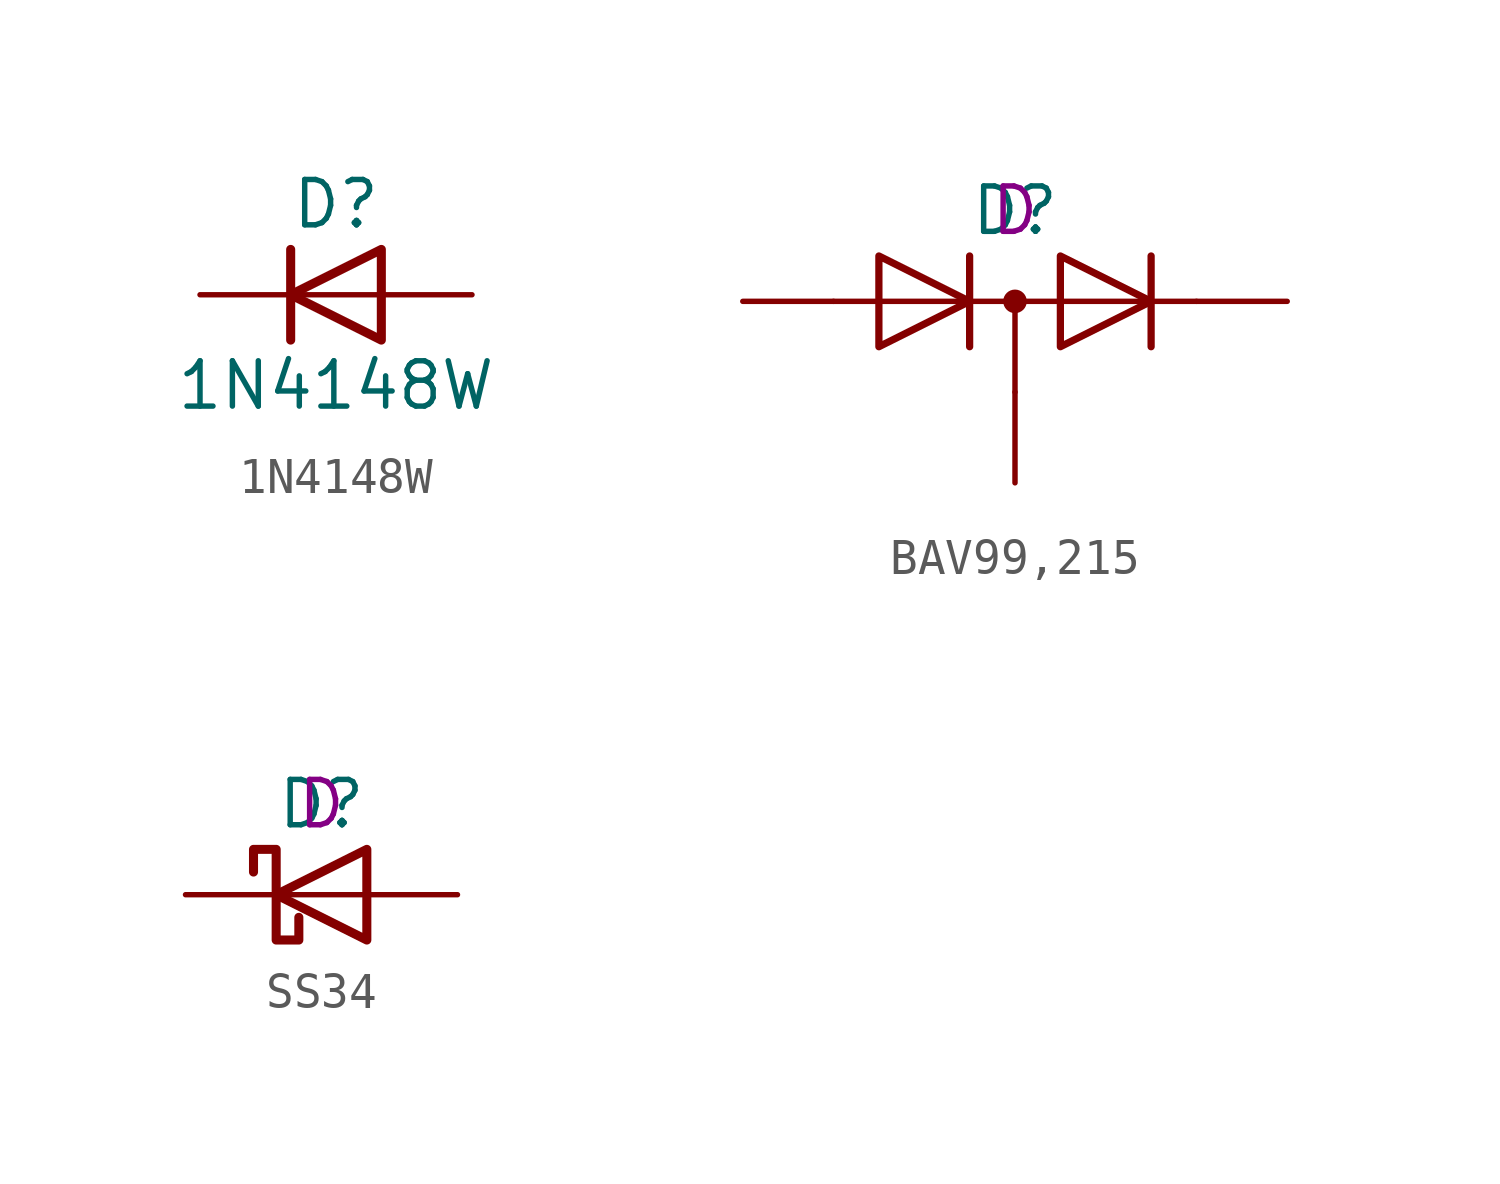
<source format=kicad_sym>
(kicad_symbol_lib
  (version 20231120)
  (generator "kicad_symbol_editor")
  (generator_version "8.0")
  (symbol "1N4148W"
    (pin_numbers hide)
    (pin_names
      (offset 1.016) hide)
    (property "Reference" "D"
      (at 0 2.54 0)
      (effects (font (size 1.27 1.27))))
    (property "Value" "1N4148W"
      (at 0 -2.54 0)
      (effects (font (size 1.27 1.27))))
    (symbol "1N4148W_0_1"
      (polyline (pts (xy -1.27 1.27) (xy -1.27 -1.27)) (stroke (width 0.254) (type default)) (fill (type none)))
      (polyline (pts (xy 1.27 0) (xy -1.27 0)) (stroke (width 0) (type default)) (fill (type none)))
      (polyline (pts (xy 1.27 1.27) (xy 1.27 -1.27) (xy -1.27 0) (xy 1.27 1.27)) (stroke (width 0.254) (type default)) (fill (type none))))
    (symbol "1N4148W_1_1"
      (pin passive line (at 3.81 0 180) (length 2.54) (name "A" (effects (font (size 1.27 1.27)))) (number "A" (effects (font (size 1.27 1.27)))))
      (pin passive line (at -3.81 0 0) (length 2.54) (name "K" (effects (font (size 1.27 1.27)))) (number "C" (effects (font (size 1.27 1.27)))))))
  (symbol "BAV99,215"
    (pin_numbers hide)
    (pin_names
      (offset 1.016) hide)
    (property "Reference" "D"
      (at 0 2.54 0)
      (effects (font (size 1.27 1.27))))
    (property "UserValue" "D"
      (at 0 2.54 0)
      (effects (font (size 1.27 1.27))))
    (symbol "BAV99,215_0_1"
      (polyline (pts (xy -5.08 0) (xy 5.08 0)) (stroke (width 0) (type default)) (fill (type none))))
    (symbol "BAV99,215_1_1"
      (polyline (pts (xy 0 0) (xy 0 -2.54)) (stroke (width 0) (type default)) (fill (type none)))
      (polyline (pts (xy -1.27 -1.27) (xy -1.27 1.27) (xy -1.27 1.27)) (stroke (width 0.203) (type default)) (fill (type none)))
      (polyline (pts (xy 3.81 1.27) (xy 3.81 -1.27) (xy 3.81 -1.27)) (stroke (width 0.203) (type default)) (fill (type none)))
      (polyline (pts (xy -3.81 1.27) (xy -1.27 0) (xy -3.81 -1.27) (xy -3.81 1.27) (xy -3.81 1.27) (xy -3.81 1.27)) (stroke (width 0.203) (type default)) (fill (type none)))
      (polyline (pts (xy 1.27 1.27) (xy 3.81 0) (xy 1.27 -1.27) (xy 1.27 1.27) (xy 1.27 1.27) (xy 1.27 1.27)) (stroke (width 0.203) (type default)) (fill (type none)))
      (circle (center 0 0) (radius 0.254) (stroke (width 0) (type default)) (fill (type outline)))
      (pin passive line (at -7.62 0 0) (length 2.54) (name "A1" (effects (font (size 1.27 1.27)))) (number "1" (effects (font (size 1.27 1.27)))))
      (pin passive line (at 7.62 0 180) (length 2.54) (name "K2" (effects (font (size 1.27 1.27)))) (number "2" (effects (font (size 1.27 1.27)))))
      (pin passive line (at 0 -5.08 90) (length 2.54) (name "K1,A2" (effects (font (size 1.27 1.27)))) (number "3" (effects (font (size 1.27 1.27)))))))
  (symbol "SS34"
    (pin_numbers hide)
    (pin_names
      (offset 1.016) hide)
    (property "Reference" "D"
      (at 0 2.54 0)
      (effects (font (size 1.27 1.27))))
    (property "UserValue" "D"
      (at 0 2.54 0)
      (effects (font (size 1.27 1.27))))
    (symbol "SS34_0_1"
      (polyline (pts (xy 1.27 0) (xy -1.27 0)) (stroke (width 0) (type default)) (fill (type none)))
      (polyline (pts (xy 1.27 1.27) (xy 1.27 -1.27) (xy -1.27 0) (xy 1.27 1.27)) (stroke (width 0.254) (type default)) (fill (type none)))
      (polyline (pts (xy -1.905 0.635) (xy -1.905 1.27) (xy -1.27 1.27) (xy -1.27 -1.27) (xy -0.635 -1.27) (xy -0.635 -0.635)) (stroke (width 0.254) (type default)) (fill (type none))))
    (symbol "SS34_1_1"
      (pin passive line (at 3.81 0 180) (length 2.54) (name "A" (effects (font (size 1.27 1.27)))) (number "A" (effects (font (size 1.27 1.27)))))
      (pin passive line (at -3.81 0 0) (length 2.54) (name "K" (effects (font (size 1.27 1.27)))) (number "K" (effects (font (size 1.27 1.27))))))))
</source>
